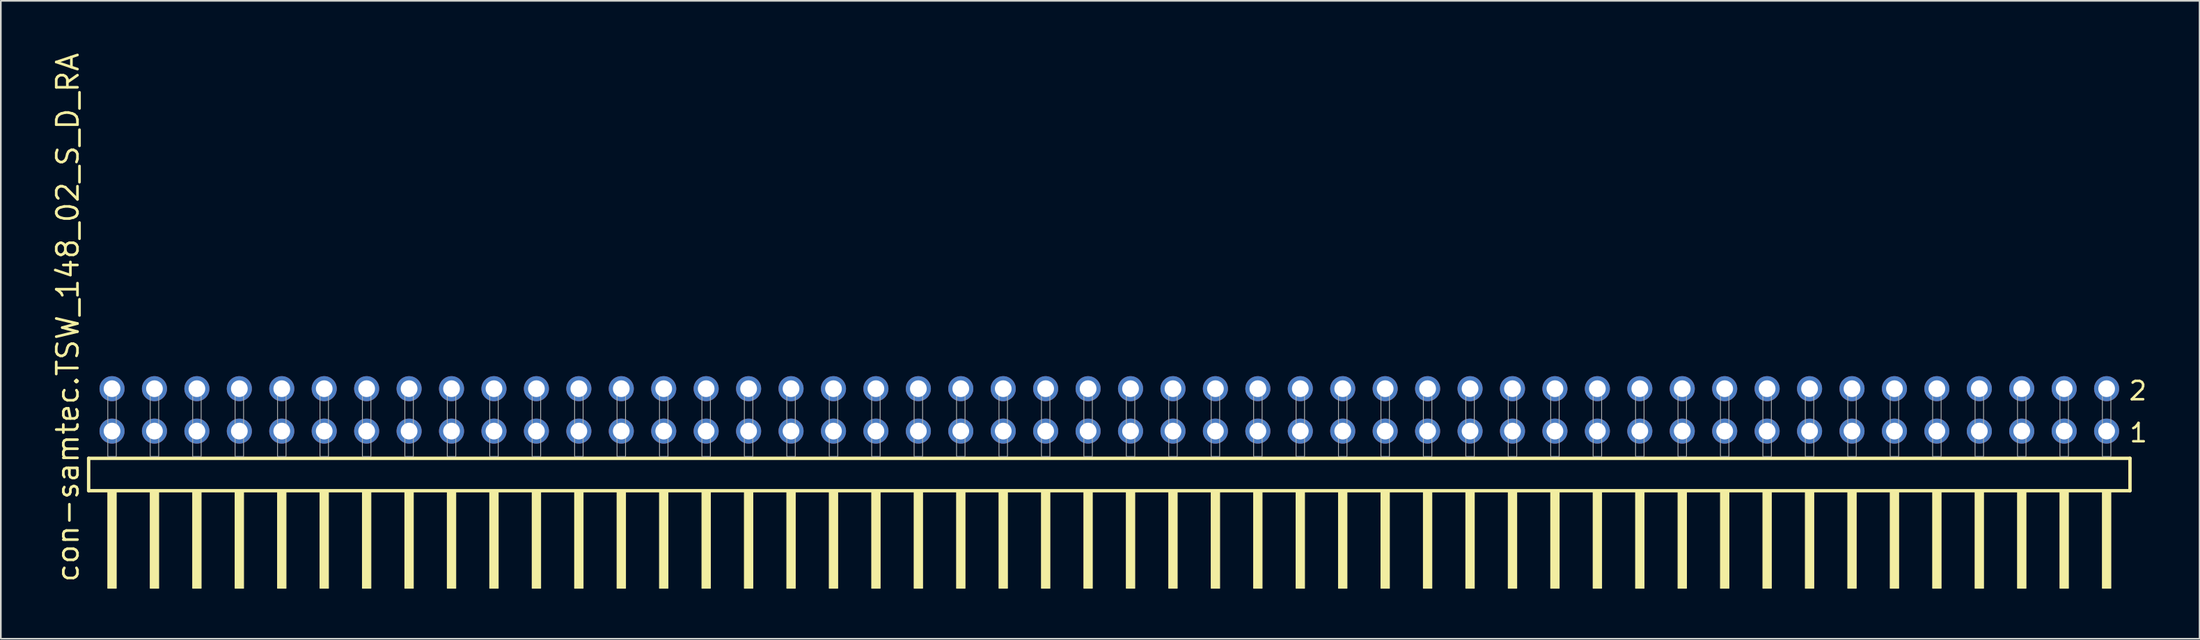
<source format=kicad_pcb>
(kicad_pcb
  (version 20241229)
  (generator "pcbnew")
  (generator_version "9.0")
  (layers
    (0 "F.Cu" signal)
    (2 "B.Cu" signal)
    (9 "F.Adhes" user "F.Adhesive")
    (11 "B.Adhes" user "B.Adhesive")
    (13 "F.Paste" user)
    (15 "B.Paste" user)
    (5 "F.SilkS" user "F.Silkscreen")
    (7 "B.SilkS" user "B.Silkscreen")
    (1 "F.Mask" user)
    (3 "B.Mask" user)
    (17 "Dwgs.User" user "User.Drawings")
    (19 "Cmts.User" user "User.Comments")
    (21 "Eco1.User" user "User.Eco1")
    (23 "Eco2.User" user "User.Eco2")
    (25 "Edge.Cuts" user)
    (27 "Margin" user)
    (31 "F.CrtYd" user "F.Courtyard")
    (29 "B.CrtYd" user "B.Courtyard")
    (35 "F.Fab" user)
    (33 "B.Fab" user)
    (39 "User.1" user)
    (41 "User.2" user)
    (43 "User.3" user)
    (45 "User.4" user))
  (footprint "con-samtec.TSW_148_02_S_D_RA"
    (layer "F.Cu")
    (at 63.345 24.296)
    (property "Reference" "con-samtec.TSW_148_02_S_D_RA" (at -61.595 7.62 90) (layer "F.SilkS") (effects (font (size 1.27 1.27) (thickness 0.16)) (justify left bottom)))
    (attr through_hole)
    (fp_line (start -61.089 0.106) (end -61.089 2.046) (stroke (width 0.203) (type default)) (layer "F.SilkS"))
    (fp_line (start -61.089 2.046) (end 61.089 2.046) (stroke (width 0.203) (type default)) (layer "F.SilkS"))
    (fp_line (start 61.089 0.106) (end -61.089 0.106) (stroke (width 0.203) (type default)) (layer "F.SilkS"))
    (fp_line (start 61.089 2.046) (end 61.089 0.106) (stroke (width 0.203) (type default)) (layer "F.SilkS"))
    (fp_rect (start -59.944 7.89) (end -59.436 2.04) (stroke (width 0.05) (type default)) (fill yes) (layer "F.SilkS"))
    (fp_rect (start -57.404 7.89) (end -56.896 2.04) (stroke (width 0.05) (type default)) (fill yes) (layer "F.SilkS"))
    (fp_rect (start -54.864 7.89) (end -54.356 2.04) (stroke (width 0.05) (type default)) (fill yes) (layer "F.SilkS"))
    (fp_rect (start -52.324 7.89) (end -51.816 2.04) (stroke (width 0.05) (type default)) (fill yes) (layer "F.SilkS"))
    (fp_rect (start -49.784 7.89) (end -49.276 2.04) (stroke (width 0.05) (type default)) (fill yes) (layer "F.SilkS"))
    (fp_rect (start -47.244 7.89) (end -46.736 2.04) (stroke (width 0.05) (type default)) (fill yes) (layer "F.SilkS"))
    (fp_rect (start -44.704 7.89) (end -44.196 2.04) (stroke (width 0.05) (type default)) (fill yes) (layer "F.SilkS"))
    (fp_rect (start -42.164 7.89) (end -41.656 2.04) (stroke (width 0.05) (type default)) (fill yes) (layer "F.SilkS"))
    (fp_rect (start -39.624 7.89) (end -39.116 2.04) (stroke (width 0.05) (type default)) (fill yes) (layer "F.SilkS"))
    (fp_rect (start -37.084 7.89) (end -36.576 2.04) (stroke (width 0.05) (type default)) (fill yes) (layer "F.SilkS"))
    (fp_rect (start -34.544 7.89) (end -34.036 2.04) (stroke (width 0.05) (type default)) (fill yes) (layer "F.SilkS"))
    (fp_rect (start -32.004 7.89) (end -31.496 2.04) (stroke (width 0.05) (type default)) (fill yes) (layer "F.SilkS"))
    (fp_rect (start -29.464 7.89) (end -28.956 2.04) (stroke (width 0.05) (type default)) (fill yes) (layer "F.SilkS"))
    (fp_rect (start -26.924 7.89) (end -26.416 2.04) (stroke (width 0.05) (type default)) (fill yes) (layer "F.SilkS"))
    (fp_rect (start -24.384 7.89) (end -23.876 2.04) (stroke (width 0.05) (type default)) (fill yes) (layer "F.SilkS"))
    (fp_rect (start -21.844 7.89) (end -21.336 2.04) (stroke (width 0.05) (type default)) (fill yes) (layer "F.SilkS"))
    (fp_rect (start -19.304 7.89) (end -18.796 2.04) (stroke (width 0.05) (type default)) (fill yes) (layer "F.SilkS"))
    (fp_rect (start -16.764 7.89) (end -16.256 2.04) (stroke (width 0.05) (type default)) (fill yes) (layer "F.SilkS"))
    (fp_rect (start -14.224 7.89) (end -13.716 2.04) (stroke (width 0.05) (type default)) (fill yes) (layer "F.SilkS"))
    (fp_rect (start -11.684 7.89) (end -11.176 2.04) (stroke (width 0.05) (type default)) (fill yes) (layer "F.SilkS"))
    (fp_rect (start -9.144 7.89) (end -8.636 2.04) (stroke (width 0.05) (type default)) (fill yes) (layer "F.SilkS"))
    (fp_rect (start -6.604 7.89) (end -6.096 2.04) (stroke (width 0.05) (type default)) (fill yes) (layer "F.SilkS"))
    (fp_rect (start -4.064 7.89) (end -3.556 2.04) (stroke (width 0.05) (type default)) (fill yes) (layer "F.SilkS"))
    (fp_rect (start -1.524 7.89) (end -1.016 2.04) (stroke (width 0.05) (type default)) (fill yes) (layer "F.SilkS"))
    (fp_rect (start 1.016 7.89) (end 1.524 2.04) (stroke (width 0.05) (type default)) (fill yes) (layer "F.SilkS"))
    (fp_rect (start 3.556 7.89) (end 4.064 2.04) (stroke (width 0.05) (type default)) (fill yes) (layer "F.SilkS"))
    (fp_rect (start 6.096 7.89) (end 6.604 2.04) (stroke (width 0.05) (type default)) (fill yes) (layer "F.SilkS"))
    (fp_rect (start 8.636 7.89) (end 9.144 2.04) (stroke (width 0.05) (type default)) (fill yes) (layer "F.SilkS"))
    (fp_rect (start 11.176 7.89) (end 11.684 2.04) (stroke (width 0.05) (type default)) (fill yes) (layer "F.SilkS"))
    (fp_rect (start 13.716 7.89) (end 14.224 2.04) (stroke (width 0.05) (type default)) (fill yes) (layer "F.SilkS"))
    (fp_rect (start 16.256 7.89) (end 16.764 2.04) (stroke (width 0.05) (type default)) (fill yes) (layer "F.SilkS"))
    (fp_rect (start 18.796 7.89) (end 19.304 2.04) (stroke (width 0.05) (type default)) (fill yes) (layer "F.SilkS"))
    (fp_rect (start 21.336 7.89) (end 21.844 2.04) (stroke (width 0.05) (type default)) (fill yes) (layer "F.SilkS"))
    (fp_rect (start 23.876 7.89) (end 24.384 2.04) (stroke (width 0.05) (type default)) (fill yes) (layer "F.SilkS"))
    (fp_rect (start 26.416 7.89) (end 26.924 2.04) (stroke (width 0.05) (type default)) (fill yes) (layer "F.SilkS"))
    (fp_rect (start 28.956 7.89) (end 29.464 2.04) (stroke (width 0.05) (type default)) (fill yes) (layer "F.SilkS"))
    (fp_rect (start 31.496 7.89) (end 32.004 2.04) (stroke (width 0.05) (type default)) (fill yes) (layer "F.SilkS"))
    (fp_rect (start 34.036 7.89) (end 34.544 2.04) (stroke (width 0.05) (type default)) (fill yes) (layer "F.SilkS"))
    (fp_rect (start 36.576 7.89) (end 37.084 2.04) (stroke (width 0.05) (type default)) (fill yes) (layer "F.SilkS"))
    (fp_rect (start 39.116 7.89) (end 39.624 2.04) (stroke (width 0.05) (type default)) (fill yes) (layer "F.SilkS"))
    (fp_rect (start 41.656 7.89) (end 42.164 2.04) (stroke (width 0.05) (type default)) (fill yes) (layer "F.SilkS"))
    (fp_rect (start 44.196 7.89) (end 44.704 2.04) (stroke (width 0.05) (type default)) (fill yes) (layer "F.SilkS"))
    (fp_rect (start 46.736 7.89) (end 47.244 2.04) (stroke (width 0.05) (type default)) (fill yes) (layer "F.SilkS"))
    (fp_rect (start 49.276 7.89) (end 49.784 2.04) (stroke (width 0.05) (type default)) (fill yes) (layer "F.SilkS"))
    (fp_rect (start 51.816 7.89) (end 52.324 2.04) (stroke (width 0.05) (type default)) (fill yes) (layer "F.SilkS"))
    (fp_rect (start 54.356 7.89) (end 54.864 2.04) (stroke (width 0.05) (type default)) (fill yes) (layer "F.SilkS"))
    (fp_rect (start 56.896 7.89) (end 57.404 2.04) (stroke (width 0.05) (type default)) (fill yes) (layer "F.SilkS"))
    (fp_rect (start 59.436 7.89) (end 59.944 2.04) (stroke (width 0.05) (type default)) (fill yes) (layer "F.SilkS"))
    (fp_rect (start -59.944 0) (end -59.436 -4.318) (stroke (width 0.05) (type default)) (fill no) (layer "F.Fab"))
    (fp_rect (start -57.404 0) (end -56.896 -4.318) (stroke (width 0.05) (type default)) (fill no) (layer "F.Fab"))
    (fp_rect (start -54.864 0) (end -54.356 -4.318) (stroke (width 0.05) (type default)) (fill no) (layer "F.Fab"))
    (fp_rect (start -52.324 0) (end -51.816 -4.318) (stroke (width 0.05) (type default)) (fill no) (layer "F.Fab"))
    (fp_rect (start -49.784 0) (end -49.276 -4.318) (stroke (width 0.05) (type default)) (fill no) (layer "F.Fab"))
    (fp_rect (start -47.244 0) (end -46.736 -4.318) (stroke (width 0.05) (type default)) (fill no) (layer "F.Fab"))
    (fp_rect (start -44.704 0) (end -44.196 -4.318) (stroke (width 0.05) (type default)) (fill no) (layer "F.Fab"))
    (fp_rect (start -42.164 0) (end -41.656 -4.318) (stroke (width 0.05) (type default)) (fill no) (layer "F.Fab"))
    (fp_rect (start -39.624 0) (end -39.116 -4.318) (stroke (width 0.05) (type default)) (fill no) (layer "F.Fab"))
    (fp_rect (start -37.084 0) (end -36.576 -4.318) (stroke (width 0.05) (type default)) (fill no) (layer "F.Fab"))
    (fp_rect (start -34.544 0) (end -34.036 -4.318) (stroke (width 0.05) (type default)) (fill no) (layer "F.Fab"))
    (fp_rect (start -32.004 0) (end -31.496 -4.318) (stroke (width 0.05) (type default)) (fill no) (layer "F.Fab"))
    (fp_rect (start -29.464 0) (end -28.956 -4.318) (stroke (width 0.05) (type default)) (fill no) (layer "F.Fab"))
    (fp_rect (start -26.924 0) (end -26.416 -4.318) (stroke (width 0.05) (type default)) (fill no) (layer "F.Fab"))
    (fp_rect (start -24.384 0) (end -23.876 -4.318) (stroke (width 0.05) (type default)) (fill no) (layer "F.Fab"))
    (fp_rect (start -21.844 0) (end -21.336 -4.318) (stroke (width 0.05) (type default)) (fill no) (layer "F.Fab"))
    (fp_rect (start -19.304 0) (end -18.796 -4.318) (stroke (width 0.05) (type default)) (fill no) (layer "F.Fab"))
    (fp_rect (start -16.764 0) (end -16.256 -4.318) (stroke (width 0.05) (type default)) (fill no) (layer "F.Fab"))
    (fp_rect (start -14.224 0) (end -13.716 -4.318) (stroke (width 0.05) (type default)) (fill no) (layer "F.Fab"))
    (fp_rect (start -11.684 0) (end -11.176 -4.318) (stroke (width 0.05) (type default)) (fill no) (layer "F.Fab"))
    (fp_rect (start -9.144 0) (end -8.636 -4.318) (stroke (width 0.05) (type default)) (fill no) (layer "F.Fab"))
    (fp_rect (start -6.604 0) (end -6.096 -4.318) (stroke (width 0.05) (type default)) (fill no) (layer "F.Fab"))
    (fp_rect (start -4.064 0) (end -3.556 -4.318) (stroke (width 0.05) (type default)) (fill no) (layer "F.Fab"))
    (fp_rect (start -1.524 0) (end -1.016 -4.318) (stroke (width 0.05) (type default)) (fill no) (layer "F.Fab"))
    (fp_rect (start 1.016 0) (end 1.524 -4.318) (stroke (width 0.05) (type default)) (fill no) (layer "F.Fab"))
    (fp_rect (start 3.556 0) (end 4.064 -4.318) (stroke (width 0.05) (type default)) (fill no) (layer "F.Fab"))
    (fp_rect (start 6.096 0) (end 6.604 -4.318) (stroke (width 0.05) (type default)) (fill no) (layer "F.Fab"))
    (fp_rect (start 8.636 0) (end 9.144 -4.318) (stroke (width 0.05) (type default)) (fill no) (layer "F.Fab"))
    (fp_rect (start 11.176 0) (end 11.684 -4.318) (stroke (width 0.05) (type default)) (fill no) (layer "F.Fab"))
    (fp_rect (start 13.716 0) (end 14.224 -4.318) (stroke (width 0.05) (type default)) (fill no) (layer "F.Fab"))
    (fp_rect (start 16.256 0) (end 16.764 -4.318) (stroke (width 0.05) (type default)) (fill no) (layer "F.Fab"))
    (fp_rect (start 18.796 0) (end 19.304 -4.318) (stroke (width 0.05) (type default)) (fill no) (layer "F.Fab"))
    (fp_rect (start 21.336 0) (end 21.844 -4.318) (stroke (width 0.05) (type default)) (fill no) (layer "F.Fab"))
    (fp_rect (start 23.876 0) (end 24.384 -4.318) (stroke (width 0.05) (type default)) (fill no) (layer "F.Fab"))
    (fp_rect (start 26.416 0) (end 26.924 -4.318) (stroke (width 0.05) (type default)) (fill no) (layer "F.Fab"))
    (fp_rect (start 28.956 0) (end 29.464 -4.318) (stroke (width 0.05) (type default)) (fill no) (layer "F.Fab"))
    (fp_rect (start 31.496 0) (end 32.004 -4.318) (stroke (width 0.05) (type default)) (fill no) (layer "F.Fab"))
    (fp_rect (start 34.036 0) (end 34.544 -4.318) (stroke (width 0.05) (type default)) (fill no) (layer "F.Fab"))
    (fp_rect (start 36.576 0) (end 37.084 -4.318) (stroke (width 0.05) (type default)) (fill no) (layer "F.Fab"))
    (fp_rect (start 39.116 0) (end 39.624 -4.318) (stroke (width 0.05) (type default)) (fill no) (layer "F.Fab"))
    (fp_rect (start 41.656 0) (end 42.164 -4.318) (stroke (width 0.05) (type default)) (fill no) (layer "F.Fab"))
    (fp_rect (start 44.196 0) (end 44.704 -4.318) (stroke (width 0.05) (type default)) (fill no) (layer "F.Fab"))
    (fp_rect (start 46.736 0) (end 47.244 -4.318) (stroke (width 0.05) (type default)) (fill no) (layer "F.Fab"))
    (fp_rect (start 49.276 0) (end 49.784 -4.318) (stroke (width 0.05) (type default)) (fill no) (layer "F.Fab"))
    (fp_rect (start 51.816 0) (end 52.324 -4.318) (stroke (width 0.05) (type default)) (fill no) (layer "F.Fab"))
    (fp_rect (start 54.356 0) (end 54.864 -4.318) (stroke (width 0.05) (type default)) (fill no) (layer "F.Fab"))
    (fp_rect (start 56.896 0) (end 57.404 -4.318) (stroke (width 0.05) (type default)) (fill no) (layer "F.Fab"))
    (fp_rect (start 59.436 0) (end 59.944 -4.318) (stroke (width 0.05) (type default)) (fill no) (layer "F.Fab"))
    (fp_text user "1" (at 60.975 -0.775 0) (layer "F.SilkS") (effects (font (size 1.1 1.1) (thickness 0.15)) (justify left bottom)))
    (fp_text user "2" (at 60.94 -3.29 0) (layer "F.SilkS") (effects (font (size 1.1 1.1) (thickness 0.15)) (justify left bottom)))
    (pad "1" thru_hole circle (at 59.69 -1.524 180) (size 1.5 1.5) (drill 1) (layers "*.Cu" "*.Mask"))
    (pad "2" thru_hole circle (at 59.69 -4.064 180) (size 1.5 1.5) (drill 1) (layers "*.Cu" "*.Mask"))
    (pad "3" thru_hole circle (at 57.15 -1.524 180) (size 1.5 1.5) (drill 1) (layers "*.Cu" "*.Mask"))
    (pad "4" thru_hole circle (at 57.15 -4.064 180) (size 1.5 1.5) (drill 1) (layers "*.Cu" "*.Mask"))
    (pad "5" thru_hole circle (at 54.61 -1.524 180) (size 1.5 1.5) (drill 1) (layers "*.Cu" "*.Mask"))
    (pad "6" thru_hole circle (at 54.61 -4.064 180) (size 1.5 1.5) (drill 1) (layers "*.Cu" "*.Mask"))
    (pad "7" thru_hole circle (at 52.07 -1.524 180) (size 1.5 1.5) (drill 1) (layers "*.Cu" "*.Mask"))
    (pad "8" thru_hole circle (at 52.07 -4.064 180) (size 1.5 1.5) (drill 1) (layers "*.Cu" "*.Mask"))
    (pad "9" thru_hole circle (at 49.53 -1.524 180) (size 1.5 1.5) (drill 1) (layers "*.Cu" "*.Mask"))
    (pad "10" thru_hole circle (at 49.53 -4.064 180) (size 1.5 1.5) (drill 1) (layers "*.Cu" "*.Mask"))
    (pad "11" thru_hole circle (at 46.99 -1.524 180) (size 1.5 1.5) (drill 1) (layers "*.Cu" "*.Mask"))
    (pad "12" thru_hole circle (at 46.99 -4.064 180) (size 1.5 1.5) (drill 1) (layers "*.Cu" "*.Mask"))
    (pad "13" thru_hole circle (at 44.45 -1.524 180) (size 1.5 1.5) (drill 1) (layers "*.Cu" "*.Mask"))
    (pad "14" thru_hole circle (at 44.45 -4.064 180) (size 1.5 1.5) (drill 1) (layers "*.Cu" "*.Mask"))
    (pad "15" thru_hole circle (at 41.91 -1.524 180) (size 1.5 1.5) (drill 1) (layers "*.Cu" "*.Mask"))
    (pad "16" thru_hole circle (at 41.91 -4.064 180) (size 1.5 1.5) (drill 1) (layers "*.Cu" "*.Mask"))
    (pad "17" thru_hole circle (at 39.37 -1.524 180) (size 1.5 1.5) (drill 1) (layers "*.Cu" "*.Mask"))
    (pad "18" thru_hole circle (at 39.37 -4.064 180) (size 1.5 1.5) (drill 1) (layers "*.Cu" "*.Mask"))
    (pad "19" thru_hole circle (at 36.83 -1.524 180) (size 1.5 1.5) (drill 1) (layers "*.Cu" "*.Mask"))
    (pad "20" thru_hole circle (at 36.83 -4.064 180) (size 1.5 1.5) (drill 1) (layers "*.Cu" "*.Mask"))
    (pad "21" thru_hole circle (at 34.29 -1.524 180) (size 1.5 1.5) (drill 1) (layers "*.Cu" "*.Mask"))
    (pad "22" thru_hole circle (at 34.29 -4.064 180) (size 1.5 1.5) (drill 1) (layers "*.Cu" "*.Mask"))
    (pad "23" thru_hole circle (at 31.75 -1.524 180) (size 1.5 1.5) (drill 1) (layers "*.Cu" "*.Mask"))
    (pad "24" thru_hole circle (at 31.75 -4.064 180) (size 1.5 1.5) (drill 1) (layers "*.Cu" "*.Mask"))
    (pad "25" thru_hole circle (at 29.21 -1.524 180) (size 1.5 1.5) (drill 1) (layers "*.Cu" "*.Mask"))
    (pad "26" thru_hole circle (at 29.21 -4.064 180) (size 1.5 1.5) (drill 1) (layers "*.Cu" "*.Mask"))
    (pad "27" thru_hole circle (at 26.67 -1.524 180) (size 1.5 1.5) (drill 1) (layers "*.Cu" "*.Mask"))
    (pad "28" thru_hole circle (at 26.67 -4.064 180) (size 1.5 1.5) (drill 1) (layers "*.Cu" "*.Mask"))
    (pad "29" thru_hole circle (at 24.13 -1.524 180) (size 1.5 1.5) (drill 1) (layers "*.Cu" "*.Mask"))
    (pad "30" thru_hole circle (at 24.13 -4.064 180) (size 1.5 1.5) (drill 1) (layers "*.Cu" "*.Mask"))
    (pad "31" thru_hole circle (at 21.59 -1.524 180) (size 1.5 1.5) (drill 1) (layers "*.Cu" "*.Mask"))
    (pad "32" thru_hole circle (at 21.59 -4.064 180) (size 1.5 1.5) (drill 1) (layers "*.Cu" "*.Mask"))
    (pad "33" thru_hole circle (at 19.05 -1.524 180) (size 1.5 1.5) (drill 1) (layers "*.Cu" "*.Mask"))
    (pad "34" thru_hole circle (at 19.05 -4.064 180) (size 1.5 1.5) (drill 1) (layers "*.Cu" "*.Mask"))
    (pad "35" thru_hole circle (at 16.51 -1.524 180) (size 1.5 1.5) (drill 1) (layers "*.Cu" "*.Mask"))
    (pad "36" thru_hole circle (at 16.51 -4.064 180) (size 1.5 1.5) (drill 1) (layers "*.Cu" "*.Mask"))
    (pad "37" thru_hole circle (at 13.97 -1.524 180) (size 1.5 1.5) (drill 1) (layers "*.Cu" "*.Mask"))
    (pad "38" thru_hole circle (at 13.97 -4.064 180) (size 1.5 1.5) (drill 1) (layers "*.Cu" "*.Mask"))
    (pad "39" thru_hole circle (at 11.43 -1.524 180) (size 1.5 1.5) (drill 1) (layers "*.Cu" "*.Mask"))
    (pad "40" thru_hole circle (at 11.43 -4.064 180) (size 1.5 1.5) (drill 1) (layers "*.Cu" "*.Mask"))
    (pad "41" thru_hole circle (at 8.89 -1.524 180) (size 1.5 1.5) (drill 1) (layers "*.Cu" "*.Mask"))
    (pad "42" thru_hole circle (at 8.89 -4.064 180) (size 1.5 1.5) (drill 1) (layers "*.Cu" "*.Mask"))
    (pad "43" thru_hole circle (at 6.35 -1.524 180) (size 1.5 1.5) (drill 1) (layers "*.Cu" "*.Mask"))
    (pad "44" thru_hole circle (at 6.35 -4.064 180) (size 1.5 1.5) (drill 1) (layers "*.Cu" "*.Mask"))
    (pad "45" thru_hole circle (at 3.81 -1.524 180) (size 1.5 1.5) (drill 1) (layers "*.Cu" "*.Mask"))
    (pad "46" thru_hole circle (at 3.81 -4.064 180) (size 1.5 1.5) (drill 1) (layers "*.Cu" "*.Mask"))
    (pad "47" thru_hole circle (at 1.27 -1.524 180) (size 1.5 1.5) (drill 1) (layers "*.Cu" "*.Mask"))
    (pad "48" thru_hole circle (at 1.27 -4.064 180) (size 1.5 1.5) (drill 1) (layers "*.Cu" "*.Mask"))
    (pad "49" thru_hole circle (at -1.27 -1.524 180) (size 1.5 1.5) (drill 1) (layers "*.Cu" "*.Mask"))
    (pad "50" thru_hole circle (at -1.27 -4.064 180) (size 1.5 1.5) (drill 1) (layers "*.Cu" "*.Mask"))
    (pad "51" thru_hole circle (at -3.81 -1.524 180) (size 1.5 1.5) (drill 1) (layers "*.Cu" "*.Mask"))
    (pad "52" thru_hole circle (at -3.81 -4.064 180) (size 1.5 1.5) (drill 1) (layers "*.Cu" "*.Mask"))
    (pad "53" thru_hole circle (at -6.35 -1.524 180) (size 1.5 1.5) (drill 1) (layers "*.Cu" "*.Mask"))
    (pad "54" thru_hole circle (at -6.35 -4.064 180) (size 1.5 1.5) (drill 1) (layers "*.Cu" "*.Mask"))
    (pad "55" thru_hole circle (at -8.89 -1.524 180) (size 1.5 1.5) (drill 1) (layers "*.Cu" "*.Mask"))
    (pad "56" thru_hole circle (at -8.89 -4.064 180) (size 1.5 1.5) (drill 1) (layers "*.Cu" "*.Mask"))
    (pad "57" thru_hole circle (at -11.43 -1.524 180) (size 1.5 1.5) (drill 1) (layers "*.Cu" "*.Mask"))
    (pad "58" thru_hole circle (at -11.43 -4.064 180) (size 1.5 1.5) (drill 1) (layers "*.Cu" "*.Mask"))
    (pad "59" thru_hole circle (at -13.97 -1.524 180) (size 1.5 1.5) (drill 1) (layers "*.Cu" "*.Mask"))
    (pad "60" thru_hole circle (at -13.97 -4.064 180) (size 1.5 1.5) (drill 1) (layers "*.Cu" "*.Mask"))
    (pad "61" thru_hole circle (at -16.51 -1.524 180) (size 1.5 1.5) (drill 1) (layers "*.Cu" "*.Mask"))
    (pad "62" thru_hole circle (at -16.51 -4.064 180) (size 1.5 1.5) (drill 1) (layers "*.Cu" "*.Mask"))
    (pad "63" thru_hole circle (at -19.05 -1.524 180) (size 1.5 1.5) (drill 1) (layers "*.Cu" "*.Mask"))
    (pad "64" thru_hole circle (at -19.05 -4.064 180) (size 1.5 1.5) (drill 1) (layers "*.Cu" "*.Mask"))
    (pad "65" thru_hole circle (at -21.59 -1.524 180) (size 1.5 1.5) (drill 1) (layers "*.Cu" "*.Mask"))
    (pad "66" thru_hole circle (at -21.59 -4.064 180) (size 1.5 1.5) (drill 1) (layers "*.Cu" "*.Mask"))
    (pad "67" thru_hole circle (at -24.13 -1.524 180) (size 1.5 1.5) (drill 1) (layers "*.Cu" "*.Mask"))
    (pad "68" thru_hole circle (at -24.13 -4.064 180) (size 1.5 1.5) (drill 1) (layers "*.Cu" "*.Mask"))
    (pad "69" thru_hole circle (at -26.67 -1.524 180) (size 1.5 1.5) (drill 1) (layers "*.Cu" "*.Mask"))
    (pad "70" thru_hole circle (at -26.67 -4.064 180) (size 1.5 1.5) (drill 1) (layers "*.Cu" "*.Mask"))
    (pad "71" thru_hole circle (at -29.21 -1.524 180) (size 1.5 1.5) (drill 1) (layers "*.Cu" "*.Mask"))
    (pad "72" thru_hole circle (at -29.21 -4.064 180) (size 1.5 1.5) (drill 1) (layers "*.Cu" "*.Mask"))
    (pad "73" thru_hole circle (at -31.75 -1.524 180) (size 1.5 1.5) (drill 1) (layers "*.Cu" "*.Mask"))
    (pad "74" thru_hole circle (at -31.75 -4.064 180) (size 1.5 1.5) (drill 1) (layers "*.Cu" "*.Mask"))
    (pad "75" thru_hole circle (at -34.29 -1.524 180) (size 1.5 1.5) (drill 1) (layers "*.Cu" "*.Mask"))
    (pad "76" thru_hole circle (at -34.29 -4.064 180) (size 1.5 1.5) (drill 1) (layers "*.Cu" "*.Mask"))
    (pad "77" thru_hole circle (at -36.83 -1.524 180) (size 1.5 1.5) (drill 1) (layers "*.Cu" "*.Mask"))
    (pad "78" thru_hole circle (at -36.83 -4.064 180) (size 1.5 1.5) (drill 1) (layers "*.Cu" "*.Mask"))
    (pad "79" thru_hole circle (at -39.37 -1.524 180) (size 1.5 1.5) (drill 1) (layers "*.Cu" "*.Mask"))
    (pad "80" thru_hole circle (at -39.37 -4.064 180) (size 1.5 1.5) (drill 1) (layers "*.Cu" "*.Mask"))
    (pad "81" thru_hole circle (at -41.91 -1.524 180) (size 1.5 1.5) (drill 1) (layers "*.Cu" "*.Mask"))
    (pad "82" thru_hole circle (at -41.91 -4.064 180) (size 1.5 1.5) (drill 1) (layers "*.Cu" "*.Mask"))
    (pad "83" thru_hole circle (at -44.45 -1.524 180) (size 1.5 1.5) (drill 1) (layers "*.Cu" "*.Mask"))
    (pad "84" thru_hole circle (at -44.45 -4.064 180) (size 1.5 1.5) (drill 1) (layers "*.Cu" "*.Mask"))
    (pad "85" thru_hole circle (at -46.99 -1.524 180) (size 1.5 1.5) (drill 1) (layers "*.Cu" "*.Mask"))
    (pad "86" thru_hole circle (at -46.99 -4.064 180) (size 1.5 1.5) (drill 1) (layers "*.Cu" "*.Mask"))
    (pad "87" thru_hole circle (at -49.53 -1.524 180) (size 1.5 1.5) (drill 1) (layers "*.Cu" "*.Mask"))
    (pad "88" thru_hole circle (at -49.53 -4.064 180) (size 1.5 1.5) (drill 1) (layers "*.Cu" "*.Mask"))
    (pad "89" thru_hole circle (at -52.07 -1.524 180) (size 1.5 1.5) (drill 1) (layers "*.Cu" "*.Mask"))
    (pad "90" thru_hole circle (at -52.07 -4.064 180) (size 1.5 1.5) (drill 1) (layers "*.Cu" "*.Mask"))
    (pad "91" thru_hole circle (at -54.61 -1.524 180) (size 1.5 1.5) (drill 1) (layers "*.Cu" "*.Mask"))
    (pad "92" thru_hole circle (at -54.61 -4.064 180) (size 1.5 1.5) (drill 1) (layers "*.Cu" "*.Mask"))
    (pad "93" thru_hole circle (at -57.15 -1.524 180) (size 1.5 1.5) (drill 1) (layers "*.Cu" "*.Mask"))
    (pad "94" thru_hole circle (at -57.15 -4.064 180) (size 1.5 1.5) (drill 1) (layers "*.Cu" "*.Mask"))
    (pad "95" thru_hole circle (at -59.69 -1.524 180) (size 1.5 1.5) (drill 1) (layers "*.Cu" "*.Mask"))
    (pad "96" thru_hole circle (at -59.69 -4.064 180) (size 1.5 1.5) (drill 1) (layers "*.Cu" "*.Mask")))
  (gr_rect
    (start -3 -3)
    (end 128.598 35.211)
    (stroke (width 0.1) (type default))
    (fill no)
    (layer "Edge.Cuts")))
</source>
